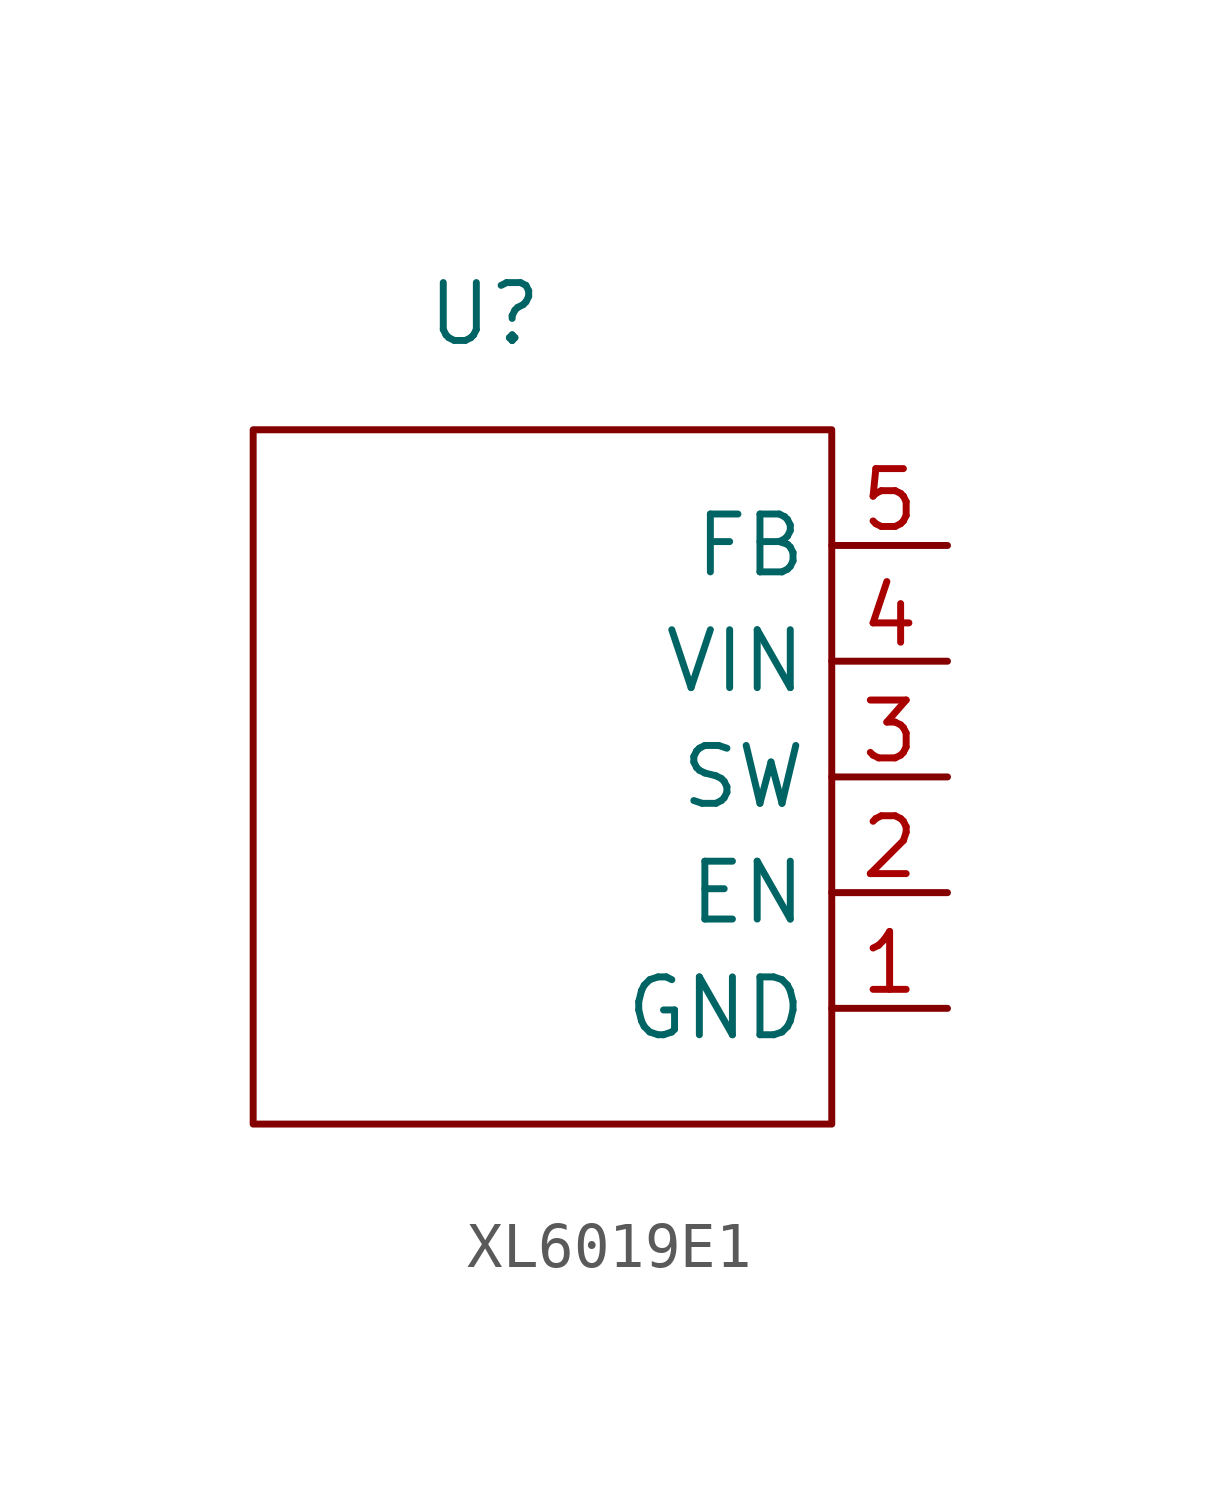
<source format=kicad_sym>
(kicad_symbol_lib
  (version 20220914)
  (generator kicad_symbol_editor)
  (symbol "XL6019E1"
    (property "Reference" "U"
      (at 0 10.16 0)
      (effects (font (size 1.27 1.27))))
    (property "Value" ""
      (at 0 10.16 0)
      (effects (font (size 1.27 1.27))))
    (symbol "XL6019E1_0_1"
      (rectangle (start -5.08 7.62) (end 7.62 -7.62) (stroke (width 0) (type default)) (fill (type none))))
    (symbol "XL6019E1_1_1"
      (pin unspecified line (at 10.16 -5.08 180) (length 2.54) (name "GND" (effects (font (size 1.27 1.27)))) (number "1" (effects (font (size 1.27 1.27)))))
      (pin unspecified line (at 10.16 -2.54 180) (length 2.54) (name "EN" (effects (font (size 1.27 1.27)))) (number "2" (effects (font (size 1.27 1.27)))))
      (pin unspecified line (at 10.16 0 180) (length 2.54) (name "SW" (effects (font (size 1.27 1.27)))) (number "3" (effects (font (size 1.27 1.27)))))
      (pin unspecified line (at 10.16 2.54 180) (length 2.54) (name "VIN" (effects (font (size 1.27 1.27)))) (number "4" (effects (font (size 1.27 1.27)))))
      (pin unspecified line (at 10.16 5.08 180) (length 2.54) (name "FB" (effects (font (size 1.27 1.27)))) (number "5" (effects (font (size 1.27 1.27))))))))
</source>
